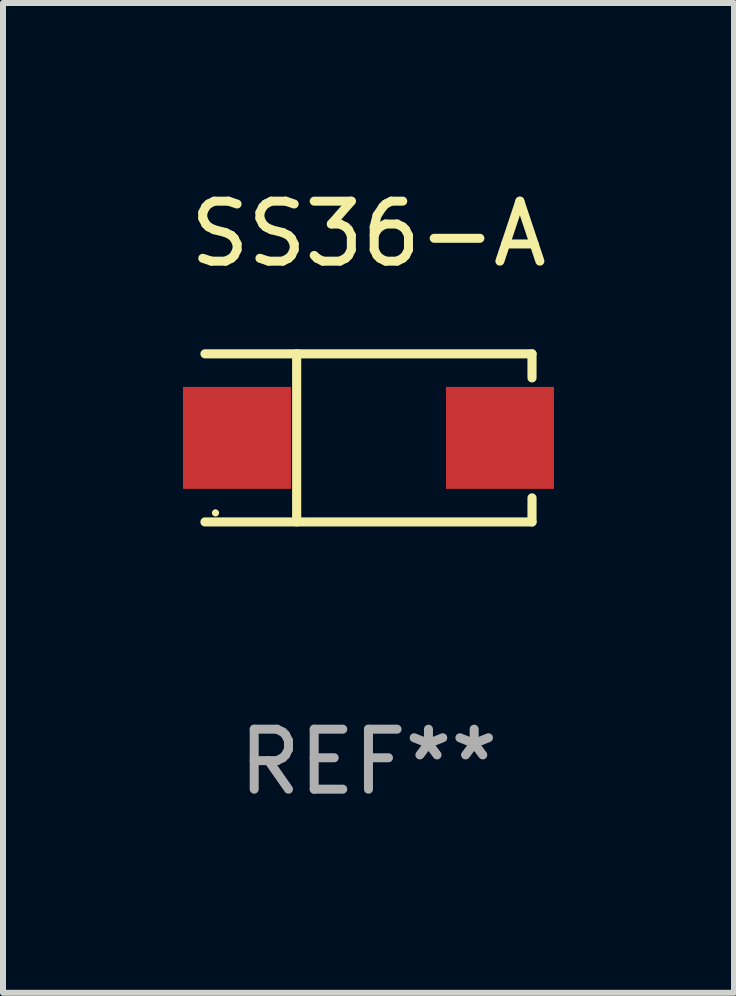
<source format=kicad_pcb>
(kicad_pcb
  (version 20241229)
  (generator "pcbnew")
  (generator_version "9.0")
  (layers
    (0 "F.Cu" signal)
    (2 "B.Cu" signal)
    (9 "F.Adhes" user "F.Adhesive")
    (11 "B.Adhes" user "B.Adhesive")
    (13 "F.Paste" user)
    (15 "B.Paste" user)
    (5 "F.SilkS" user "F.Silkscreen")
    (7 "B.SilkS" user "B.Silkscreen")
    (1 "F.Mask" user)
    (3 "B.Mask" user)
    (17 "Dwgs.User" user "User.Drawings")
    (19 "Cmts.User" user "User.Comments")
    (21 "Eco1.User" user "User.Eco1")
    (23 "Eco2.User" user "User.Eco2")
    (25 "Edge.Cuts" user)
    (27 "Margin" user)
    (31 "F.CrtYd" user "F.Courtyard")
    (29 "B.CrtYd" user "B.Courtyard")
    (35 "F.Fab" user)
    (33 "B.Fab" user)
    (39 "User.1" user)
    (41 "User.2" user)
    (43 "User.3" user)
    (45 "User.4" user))
  (footprint "SS36-A"
    (layer "F.Cu")
    (at 3.092 4.249)
    (property "Reference" "SS36-A" (at 0 -3.401 0) (layer "F.SilkS") (effects (font (size 1 1) (thickness 0.15))))
    (attr through_hole)
    (fp_line (start -2.726 -1.401) (end 2.726 -1.401) (stroke (width 0.152) (type solid)) (layer "F.SilkS"))
    (fp_line (start -2.726 1.401) (end 2.726 1.401) (stroke (width 0.152) (type solid)) (layer "F.SilkS"))
    (fp_line (start -1.197 -1.401) (end -1.197 1.401) (stroke (width 0.152) (type solid)) (layer "F.SilkS"))
    (fp_line (start 2.726 -1.401) (end 2.726 -1) (stroke (width 0.152) (type solid)) (layer "F.SilkS"))
    (fp_line (start 2.726 1.401) (end 2.726 1) (stroke (width 0.152) (type solid)) (layer "F.SilkS"))
    (fp_circle (center -2.55 1.25) (end -2.52 1.25) (stroke (width 0.06) (type solid)) (fill no) (layer "F.SilkS"))
    (fp_text user "REF**" (at 0 5.401 0) (layer "F.Fab") (effects (font (size 1 1) (thickness 0.15))))
    (pad "1" smd rect (at -2.192 0) (size 1.8 1.7) (layers "F.Cu" "F.Mask" "F.Paste"))
    (pad "2" smd rect (at 2.192 0) (size 1.8 1.7) (layers "F.Cu" "F.Mask" "F.Paste")))
  (gr_rect
    (start -3 -3)
    (end 9.185 13.499)
    (stroke (width 0.1) (type default))
    (fill no)
    (layer "Edge.Cuts")))
</source>
